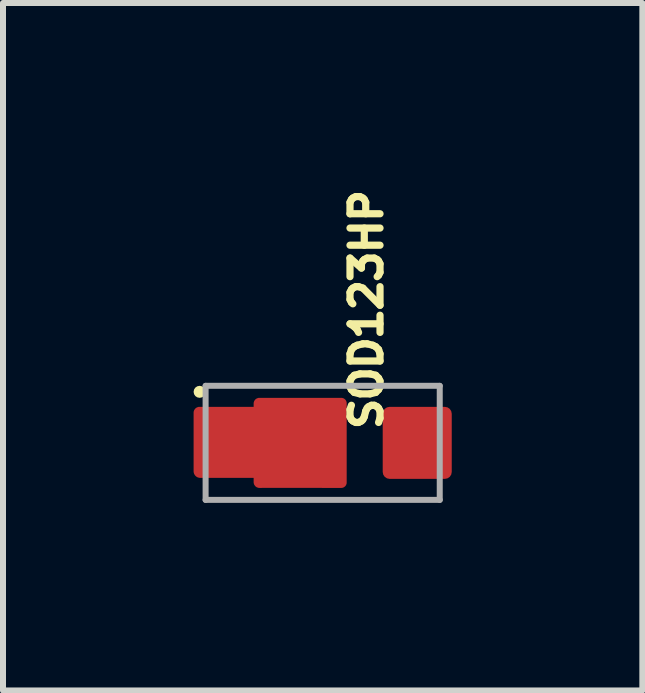
<source format=kicad_pcb>
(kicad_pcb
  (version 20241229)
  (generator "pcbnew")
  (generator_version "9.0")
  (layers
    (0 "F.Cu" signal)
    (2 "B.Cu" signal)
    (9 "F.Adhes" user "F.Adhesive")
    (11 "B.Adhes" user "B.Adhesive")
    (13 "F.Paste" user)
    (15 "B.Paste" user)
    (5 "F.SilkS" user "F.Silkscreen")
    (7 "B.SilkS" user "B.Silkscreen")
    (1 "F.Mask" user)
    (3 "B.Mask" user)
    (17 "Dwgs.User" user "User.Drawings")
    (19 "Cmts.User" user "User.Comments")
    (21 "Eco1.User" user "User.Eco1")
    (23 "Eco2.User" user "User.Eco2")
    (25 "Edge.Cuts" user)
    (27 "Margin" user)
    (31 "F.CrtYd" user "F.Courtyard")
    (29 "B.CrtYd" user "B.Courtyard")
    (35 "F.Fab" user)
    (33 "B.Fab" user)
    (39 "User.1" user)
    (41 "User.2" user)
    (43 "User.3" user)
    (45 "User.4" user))
  (footprint "SOD123HP"
    (layer "F.Cu")
    (at 2.325 4.327)
    (property "Reference" "SOD123HP" (at 0.73 -2.221 90) (unlocked yes) (layer "F.SilkS") (effects (font (size 0.5 0.5) (thickness 0.12))))
    (fp_circle (center -2.05 -0.85) (end -2.1 -0.85) (stroke (width 0.1) (type solid)) (fill no) (layer "F.SilkS"))
    (fp_line (start -1.95 0.95) (end -1.95 -0.95) (stroke (width 0.1) (type solid)) (layer "F.Fab"))
    (fp_line (start 1.95 -0.95) (end -1.95 -0.95) (stroke (width 0.1) (type solid)) (layer "F.Fab"))
    (fp_line (start 1.95 0.95) (end -1.95 0.95) (stroke (width 0.1) (type solid)) (layer "F.Fab"))
    (fp_line (start 1.95 0.95) (end 1.95 -0.95) (stroke (width 0.1) (type solid)) (layer "F.Fab"))
    (fp_line (start -2.3 1.1) (end -2.3 -1.1) (stroke (width 0.05) (type solid)) (layer "User.13"))
    (fp_line (start 0 0.5) (end 0 -0.5) (stroke (width 0.1) (type solid)) (layer "User.13"))
    (fp_line (start 0.5 0) (end -0.5 0) (stroke (width 0.1) (type solid)) (layer "User.13"))
    (fp_line (start 2.3 -1.1) (end -2.3 -1.1) (stroke (width 0.05) (type solid)) (layer "User.13"))
    (fp_line (start 2.3 1.1) (end -2.3 1.1) (stroke (width 0.05) (type solid)) (layer "User.13"))
    (fp_line (start 2.3 1.1) (end 2.3 -1.1) (stroke (width 0.05) (type solid)) (layer "User.13"))
    (pad "1" smd custom (at -1.15 0.654 90) (size 0.000001 0.000001) (layers "F.Cu") (options (anchor circle)) (primitives (gr_poly (pts (arc (start 0 0) (mid -0.068186 0.028244) (end -0.09643 0.09643)) (xy -0.096 0.248) (arc (start -0.09643 1.460317) (mid -0.070164 1.523733) (end -0.006749 1.55)) (xy -0.007 1.55) (arc (start 1.31431 1.55) (mid 1.377433 1.523853) (end 1.40358 1.46073)) (xy 1.404 1.461) (arc (start 1.40357 0.09474) (mid 1.375821 0.027749) (end 1.30883 0)) (xy 1.254 0) (arc (start 1.25357 -0.90281) (mid 1.225104 -0.971534) (end 1.15638 -1)) (arc (start 0.18077 -1.00001) (mid 0.10325 -0.9679) (end 0.07114 -0.89038)) (xy 0.071 0)) (width 0) (fill yes))))
    (pad "1" smd circle (at -0.875 0) (size 0.025 0.025) (layers "F.Cu" "F.Mask" "F.Paste"))
    (pad "2" smd roundrect (at 1.575 0) (size 1.15 1.2) (layers "F.Cu" "F.Mask" "F.Paste") (roundrect_rratio 0.1)))
  (gr_rect
    (start -3 -3)
    (end 7.65 8.452)
    (stroke (width 0.1) (type default))
    (fill no)
    (layer "Edge.Cuts")))
</source>
